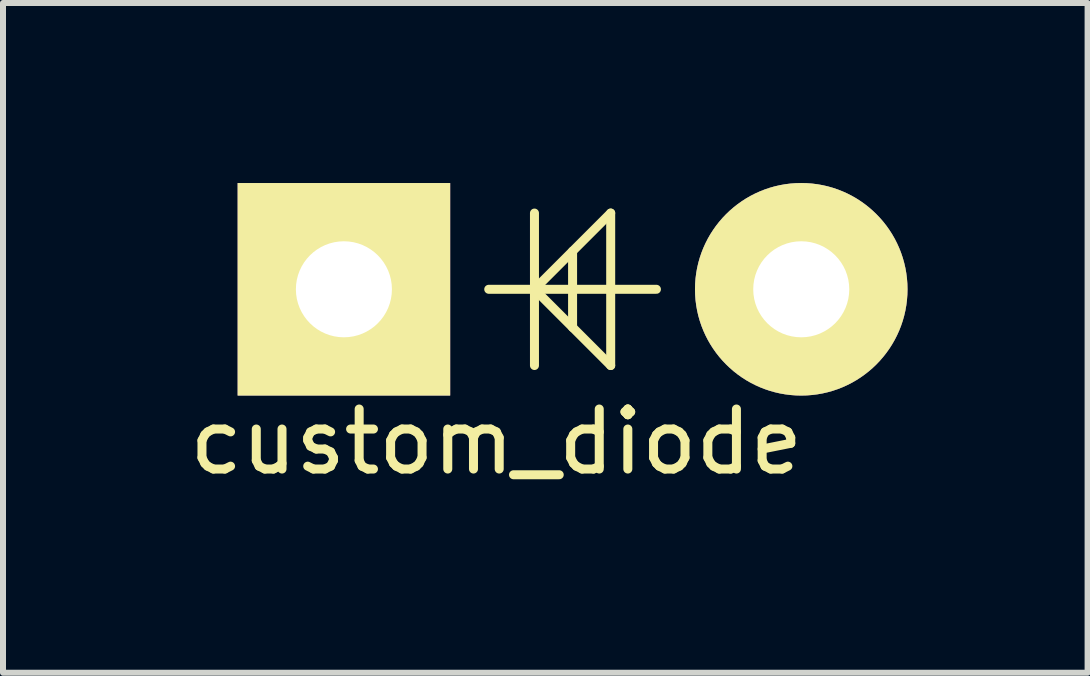
<source format=kicad_pcb>
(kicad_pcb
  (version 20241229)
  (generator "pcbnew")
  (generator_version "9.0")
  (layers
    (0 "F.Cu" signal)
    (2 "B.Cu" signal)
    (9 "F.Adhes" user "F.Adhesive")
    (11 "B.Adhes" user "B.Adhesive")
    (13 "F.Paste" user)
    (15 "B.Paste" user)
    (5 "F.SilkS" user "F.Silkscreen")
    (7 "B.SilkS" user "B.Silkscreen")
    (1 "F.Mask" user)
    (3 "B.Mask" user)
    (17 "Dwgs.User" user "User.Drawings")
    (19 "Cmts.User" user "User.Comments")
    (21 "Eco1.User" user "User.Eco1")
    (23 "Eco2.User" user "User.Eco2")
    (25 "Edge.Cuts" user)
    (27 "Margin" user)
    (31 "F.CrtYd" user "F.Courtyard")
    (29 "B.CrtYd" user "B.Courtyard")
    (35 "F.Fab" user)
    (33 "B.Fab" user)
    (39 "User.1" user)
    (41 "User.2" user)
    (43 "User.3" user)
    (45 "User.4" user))
  (footprint "custom_diode"
    (layer "F.Cu")
    (at 2.68 1.77)
    (property "Reference" "custom_diode" (at 2.54 2.54 0) (layer "F.SilkS") (effects (font (size 1 1) (thickness 0.15))))
    (attr through_hole)
    (fp_line (start 3.175 -1.27) (end 3.175 1.27) (stroke (width 0.15) (type solid)) (layer "F.SilkS"))
    (fp_line (start 3.175 0) (end 2.413 0) (stroke (width 0.15) (type solid)) (layer "F.SilkS"))
    (fp_line (start 3.175 0) (end 4.445 -1.27) (stroke (width 0.15) (type solid)) (layer "F.SilkS"))
    (fp_line (start 3.175 0) (end 4.445 0) (stroke (width 0.15) (type solid)) (layer "F.SilkS"))
    (fp_line (start 3.81 -0.635) (end 3.81 0.635) (stroke (width 0.15) (type solid)) (layer "F.SilkS"))
    (fp_line (start 4.445 -1.27) (end 4.445 1.27) (stroke (width 0.15) (type solid)) (layer "F.SilkS"))
    (fp_line (start 4.445 0) (end 5.207 0) (stroke (width 0.15) (type solid)) (layer "F.SilkS"))
    (fp_line (start 4.445 1.27) (end 3.175 0) (stroke (width 0.15) (type solid)) (layer "F.SilkS"))
    (pad "1" thru_hole circle (at 7.62 0 180) (size 3.541 3.541) (drill 1.6) (layers "*.Cu" "*.Mask" "F.SilkS"))
    (pad "2" thru_hole rect (at 0 0 180) (size 3.541 3.541) (drill 1.6) (layers "*.Cu" "*.Mask" "F.SilkS")))
  (gr_rect
    (start -3 -3)
    (end 15.071 8.159)
    (stroke (width 0.1) (type default))
    (fill no)
    (layer "Edge.Cuts")))
</source>
